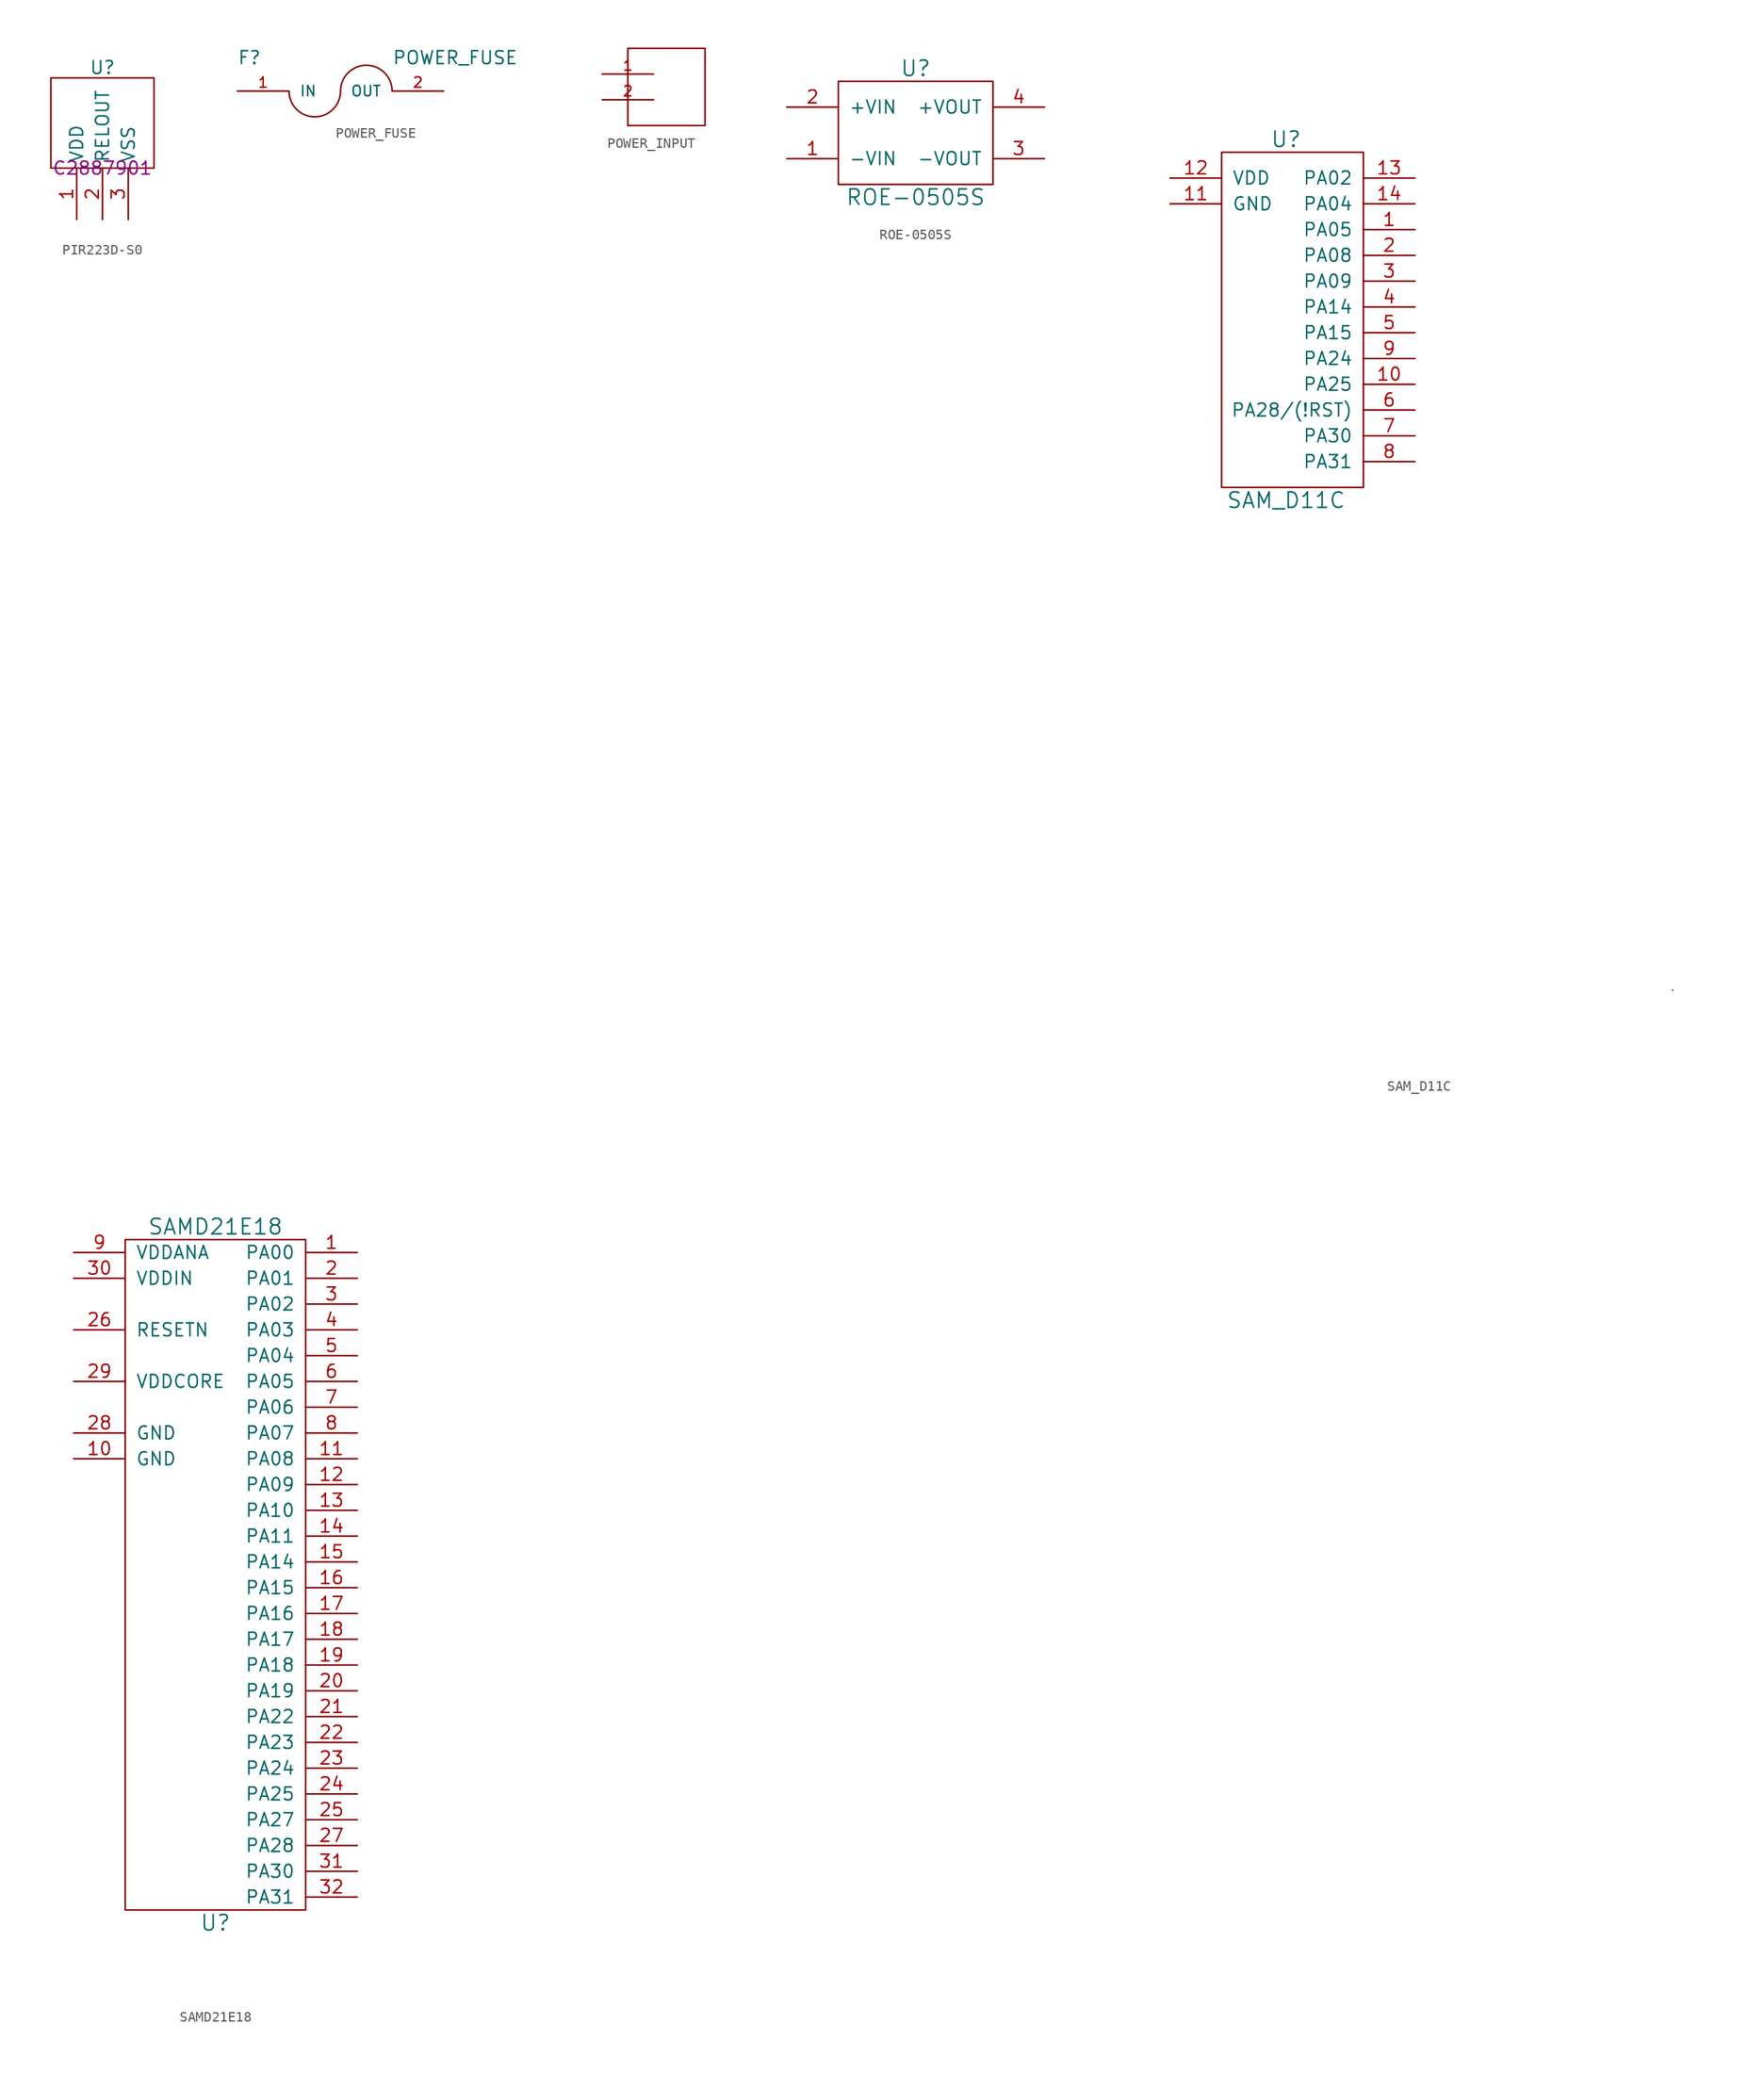
<source format=kicad_sym>
(kicad_symbol_lib
  (version 20231120)
  (generator "kicad_symbol_editor")
  (generator_version "8.0")
  (symbol "PIR223D-S0"
    (property "Reference" "U"
      (at 0 9.906 0)
      (effects (font (size 1.27 1.27))))
    (property "Value" ""
      (at 0 5.334 0)
      (effects (font (size 1.27 1.27))))
    (property "LCSC" "C2887901"
      (at 0 0 0)
      (effects (font (size 1.27 1.27))))
    (symbol "PIR223D-S0_0_1"
      (rectangle (start -5.08 8.89) (end 5.08 0) (stroke (width 0) (type default)) (fill (type none))))
    (symbol "PIR223D-S0_1_1"
      (pin power_in line (at -2.54 -5.08 90) (length 5.08) (name "VDD" (effects (font (size 1.27 1.27)))) (number "1" (effects (font (size 1.27 1.27)))))
      (pin output line (at 0 -5.08 90) (length 5.08) (name "RELOUT" (effects (font (size 1.27 1.27)))) (number "2" (effects (font (size 1.27 1.27)))))
      (pin power_in line (at 2.54 -5.08 90) (length 5.08) (name "VSS" (effects (font (size 1.27 1.27)))) (number "3" (effects (font (size 1.27 1.27)))))))
  (symbol "POWER_FUSE"
    (pin_names
      (offset 1.016))
    (property "Reference" "F"
      (at -10.16 2.54 0)
      (effects (font (size 1.27 1.27)) (justify left bottom)))
    (property "Value" "POWER_FUSE"
      (at 5.08 2.54 0)
      (effects (font (size 1.27 1.27)) (justify left bottom)))
    (property "Datasheet" ""
      (at 0 0 0)
      (effects (font (size 1.524 1.524))))
    (property "ki_locked" ""
      (at 0 0 0)
      (effects (font (size 1.27 1.27))))
    (symbol "POWER_FUSE_1_1"
      (arc (start -5.08 0) (mid -2.54 -2.529) (end 0 0) (stroke (width 0) (type default)) (fill (type none)))
      (arc (start 5.08 0) (mid 2.54 2.529) (end 0 0) (stroke (width 0) (type default)) (fill (type none)))
      (pin power_in line (at -10.16 0 0) (length 5.08) (name "IN" (effects (font (size 1.016 1.016)))) (number "1" (effects (font (size 1.016 1.016)))))
      (pin power_out line (at 10.16 0 180) (length 5.08) (name "OUT" (effects (font (size 1.016 1.016)))) (number "2" (effects (font (size 1.016 1.016)))))))
  (symbol "POWER_INPUT"
    (pin_names
      (offset 1.016) hide)
    (property "Reference" "J"
      (at 0 0 0)
      (effects (font (size 1.27 1.27)) (hide yes)))
    (property "Datasheet" ""
      (at 0 0 0)
      (effects (font (size 1.524 1.524))))
    (property "ki_locked" ""
      (at 0 0 0)
      (effects (font (size 1.27 1.27))))
    (symbol "POWER_INPUT_1_0"
      (polyline (pts (xy -2.54 -2.54) (xy 5.08 -2.54)) (stroke (width 0) (type default)) (fill (type none)))
      (polyline (pts (xy -2.54 5.08) (xy -2.54 -2.54)) (stroke (width 0) (type default)) (fill (type none)))
      (polyline (pts (xy 5.08 -2.54) (xy 5.08 5.08)) (stroke (width 0) (type default)) (fill (type none)))
      (polyline (pts (xy 5.08 5.08) (xy -2.54 5.08)) (stroke (width 0) (type default)) (fill (type none))))
    (symbol "POWER_INPUT_1_1"
      (pin power_out line (at -5.08 2.54 0) (length 5.08) (name "1" (effects (font (size 1.016 1.016)))) (number "1" (effects (font (size 1.016 1.016)))))
      (pin output line (at -5.08 0 0) (length 5.08) (name "2" (effects (font (size 1.016 1.016)))) (number "2" (effects (font (size 1.016 1.016)))))))
  (symbol "ROE-0505S"
    (pin_names
      (offset 1.016))
    (property "Reference" "U"
      (at 1.27 6.35 0)
      (effects (font (size 1.524 1.524))))
    (property "Value" "ROE-0505S"
      (at 1.27 -6.35 0)
      (effects (font (size 1.524 1.524))))
    (symbol "ROE-0505S_0_1"
      (rectangle (start -6.35 5.08) (end 8.89 -5.08) (stroke (width 0) (type default)) (fill (type none))))
    (symbol "ROE-0505S_1_1"
      (pin power_in line (at -11.43 -2.54 0) (length 5.08) (name "-VIN" (effects (font (size 1.27 1.27)))) (number "1" (effects (font (size 1.27 1.27)))))
      (pin power_in line (at -11.43 2.54 0) (length 5.08) (name "+VIN" (effects (font (size 1.27 1.27)))) (number "2" (effects (font (size 1.27 1.27)))))
      (pin power_out line (at 13.97 -2.54 180) (length 5.08) (name "-VOUT" (effects (font (size 1.27 1.27)))) (number "3" (effects (font (size 1.27 1.27)))))
      (pin power_out line (at 13.97 2.54 180) (length 5.08) (name "+VOUT" (effects (font (size 1.27 1.27)))) (number "4" (effects (font (size 1.27 1.27)))))))
  (symbol "SAM_D11C"
    (pin_names
      (offset 1.016))
    (property "Reference" "U"
      (at 0 17.78 0)
      (effects (font (size 1.524 1.524))))
    (property "Value" "SAM_D11C"
      (at 0 -17.78 0)
      (effects (font (size 1.524 1.524))))
    (property "Footprint" ""
      (at -1.27 -6.35 0)
      (effects (font (size 1.524 1.524))))
    (property "Datasheet" ""
      (at -1.27 -6.35 0)
      (effects (font (size 1.524 1.524))))
    (symbol "SAM_D11C_0_1"
      (rectangle (start 7.62 16.51) (end -6.35 -16.51) (stroke (width 0) (type default)) (fill (type none)))
      (rectangle (start 38.1 -66.04) (end 38.1 -66.04) (stroke (width 0) (type default)) (fill (type none))))
    (symbol "SAM_D11C_1_1"
      (pin bidirectional line (at 12.7 8.89 180) (length 5.08) (name "PA05" (effects (font (size 1.27 1.27)))) (number "1" (effects (font (size 1.27 1.27)))))
      (pin bidirectional line (at 12.7 -6.35 180) (length 5.08) (name "PA25" (effects (font (size 1.27 1.27)))) (number "10" (effects (font (size 1.27 1.27)))))
      (pin power_in line (at -11.43 11.43 0) (length 5.08) (name "GND" (effects (font (size 1.27 1.27)))) (number "11" (effects (font (size 1.27 1.27)))))
      (pin power_in line (at -11.43 13.97 0) (length 5.08) (name "VDD" (effects (font (size 1.27 1.27)))) (number "12" (effects (font (size 1.27 1.27)))))
      (pin bidirectional line (at 12.7 13.97 180) (length 5.08) (name "PA02" (effects (font (size 1.27 1.27)))) (number "13" (effects (font (size 1.27 1.27)))))
      (pin bidirectional line (at 12.7 11.43 180) (length 5.08) (name "PA04" (effects (font (size 1.27 1.27)))) (number "14" (effects (font (size 1.27 1.27)))))
      (pin bidirectional line (at 12.7 6.35 180) (length 5.08) (name "PA08" (effects (font (size 1.27 1.27)))) (number "2" (effects (font (size 1.27 1.27)))))
      (pin bidirectional line (at 12.7 3.81 180) (length 5.08) (name "PA09" (effects (font (size 1.27 1.27)))) (number "3" (effects (font (size 1.27 1.27)))))
      (pin bidirectional line (at 12.7 1.27 180) (length 5.08) (name "PA14" (effects (font (size 1.27 1.27)))) (number "4" (effects (font (size 1.27 1.27)))))
      (pin bidirectional line (at 12.7 -1.27 180) (length 5.08) (name "PA15" (effects (font (size 1.27 1.27)))) (number "5" (effects (font (size 1.27 1.27)))))
      (pin bidirectional line (at 12.7 -8.89 180) (length 5.08) (name "PA28/(!RST)" (effects (font (size 1.27 1.27)))) (number "6" (effects (font (size 1.27 1.27)))))
      (pin bidirectional line (at 12.7 -11.43 180) (length 5.08) (name "PA30" (effects (font (size 1.27 1.27)))) (number "7" (effects (font (size 1.27 1.27)))))
      (pin bidirectional line (at 12.7 -13.97 180) (length 5.08) (name "PA31" (effects (font (size 1.27 1.27)))) (number "8" (effects (font (size 1.27 1.27)))))
      (pin bidirectional line (at 12.7 -3.81 180) (length 5.08) (name "PA24" (effects (font (size 1.27 1.27)))) (number "9" (effects (font (size 1.27 1.27)))))))
  (symbol "SAMD21E18"
    (pin_names
      (offset 1.016))
    (property "Reference" "U"
      (at -2.54 -36.83 0)
      (effects (font (size 1.524 1.524))))
    (property "Value" "SAMD21E18"
      (at -2.54 31.75 0)
      (effects (font (size 1.524 1.524))))
    (symbol "SAMD21E18_0_1"
      (rectangle (start -11.43 30.48) (end 6.35 -35.56) (stroke (width 0) (type default)) (fill (type none))))
    (symbol "SAMD21E18_1_1"
      (pin bidirectional line (at 11.43 29.21 180) (length 5.08) (name "PA00" (effects (font (size 1.27 1.27)))) (number "1" (effects (font (size 1.27 1.27)))))
      (pin power_in line (at -16.51 8.89 0) (length 5.08) (name "GND" (effects (font (size 1.27 1.27)))) (number "10" (effects (font (size 1.27 1.27)))))
      (pin bidirectional line (at 11.43 8.89 180) (length 5.08) (name "PA08" (effects (font (size 1.27 1.27)))) (number "11" (effects (font (size 1.27 1.27)))))
      (pin bidirectional line (at 11.43 6.35 180) (length 5.08) (name "PA09" (effects (font (size 1.27 1.27)))) (number "12" (effects (font (size 1.27 1.27)))))
      (pin bidirectional line (at 11.43 3.81 180) (length 5.08) (name "PA10" (effects (font (size 1.27 1.27)))) (number "13" (effects (font (size 1.27 1.27)))))
      (pin bidirectional line (at 11.43 1.27 180) (length 5.08) (name "PA11" (effects (font (size 1.27 1.27)))) (number "14" (effects (font (size 1.27 1.27)))))
      (pin bidirectional line (at 11.43 -1.27 180) (length 5.08) (name "PA14" (effects (font (size 1.27 1.27)))) (number "15" (effects (font (size 1.27 1.27)))))
      (pin bidirectional line (at 11.43 -3.81 180) (length 5.08) (name "PA15" (effects (font (size 1.27 1.27)))) (number "16" (effects (font (size 1.27 1.27)))))
      (pin bidirectional line (at 11.43 -6.35 180) (length 5.08) (name "PA16" (effects (font (size 1.27 1.27)))) (number "17" (effects (font (size 1.27 1.27)))))
      (pin bidirectional line (at 11.43 -8.89 180) (length 5.08) (name "PA17" (effects (font (size 1.27 1.27)))) (number "18" (effects (font (size 1.27 1.27)))))
      (pin bidirectional line (at 11.43 -11.43 180) (length 5.08) (name "PA18" (effects (font (size 1.27 1.27)))) (number "19" (effects (font (size 1.27 1.27)))))
      (pin bidirectional line (at 11.43 26.67 180) (length 5.08) (name "PA01" (effects (font (size 1.27 1.27)))) (number "2" (effects (font (size 1.27 1.27)))))
      (pin bidirectional line (at 11.43 -13.97 180) (length 5.08) (name "PA19" (effects (font (size 1.27 1.27)))) (number "20" (effects (font (size 1.27 1.27)))))
      (pin bidirectional line (at 11.43 -16.51 180) (length 5.08) (name "PA22" (effects (font (size 1.27 1.27)))) (number "21" (effects (font (size 1.27 1.27)))))
      (pin bidirectional line (at 11.43 -19.05 180) (length 5.08) (name "PA23" (effects (font (size 1.27 1.27)))) (number "22" (effects (font (size 1.27 1.27)))))
      (pin bidirectional line (at 11.43 -21.59 180) (length 5.08) (name "PA24" (effects (font (size 1.27 1.27)))) (number "23" (effects (font (size 1.27 1.27)))))
      (pin bidirectional line (at 11.43 -24.13 180) (length 5.08) (name "PA25" (effects (font (size 1.27 1.27)))) (number "24" (effects (font (size 1.27 1.27)))))
      (pin bidirectional line (at 11.43 -26.67 180) (length 5.08) (name "PA27" (effects (font (size 1.27 1.27)))) (number "25" (effects (font (size 1.27 1.27)))))
      (pin input line (at -16.51 21.59 0) (length 5.08) (name "RESETN" (effects (font (size 1.27 1.27)))) (number "26" (effects (font (size 1.27 1.27)))))
      (pin bidirectional line (at 11.43 -29.21 180) (length 5.08) (name "PA28" (effects (font (size 1.27 1.27)))) (number "27" (effects (font (size 1.27 1.27)))))
      (pin power_in line (at -16.51 11.43 0) (length 5.08) (name "GND" (effects (font (size 1.27 1.27)))) (number "28" (effects (font (size 1.27 1.27)))))
      (pin output line (at -16.51 16.51 0) (length 5.08) (name "VDDCORE" (effects (font (size 1.27 1.27)))) (number "29" (effects (font (size 1.27 1.27)))))
      (pin bidirectional line (at 11.43 24.13 180) (length 5.08) (name "PA02" (effects (font (size 1.27 1.27)))) (number "3" (effects (font (size 1.27 1.27)))))
      (pin power_in line (at -16.51 26.67 0) (length 5.08) (name "VDDIN" (effects (font (size 1.27 1.27)))) (number "30" (effects (font (size 1.27 1.27)))))
      (pin bidirectional line (at 11.43 -31.75 180) (length 5.08) (name "PA30" (effects (font (size 1.27 1.27)))) (number "31" (effects (font (size 1.27 1.27)))))
      (pin bidirectional line (at 11.43 -34.29 180) (length 5.08) (name "PA31" (effects (font (size 1.27 1.27)))) (number "32" (effects (font (size 1.27 1.27)))))
      (pin bidirectional line (at 11.43 21.59 180) (length 5.08) (name "PA03" (effects (font (size 1.27 1.27)))) (number "4" (effects (font (size 1.27 1.27)))))
      (pin bidirectional line (at 11.43 19.05 180) (length 5.08) (name "PA04" (effects (font (size 1.27 1.27)))) (number "5" (effects (font (size 1.27 1.27)))))
      (pin bidirectional line (at 11.43 16.51 180) (length 5.08) (name "PA05" (effects (font (size 1.27 1.27)))) (number "6" (effects (font (size 1.27 1.27)))))
      (pin bidirectional line (at 11.43 13.97 180) (length 5.08) (name "PA06" (effects (font (size 1.27 1.27)))) (number "7" (effects (font (size 1.27 1.27)))))
      (pin bidirectional line (at 11.43 11.43 180) (length 5.08) (name "PA07" (effects (font (size 1.27 1.27)))) (number "8" (effects (font (size 1.27 1.27)))))
      (pin power_in line (at -16.51 29.21 0) (length 5.08) (name "VDDANA" (effects (font (size 1.27 1.27)))) (number "9" (effects (font (size 1.27 1.27))))))))
</source>
